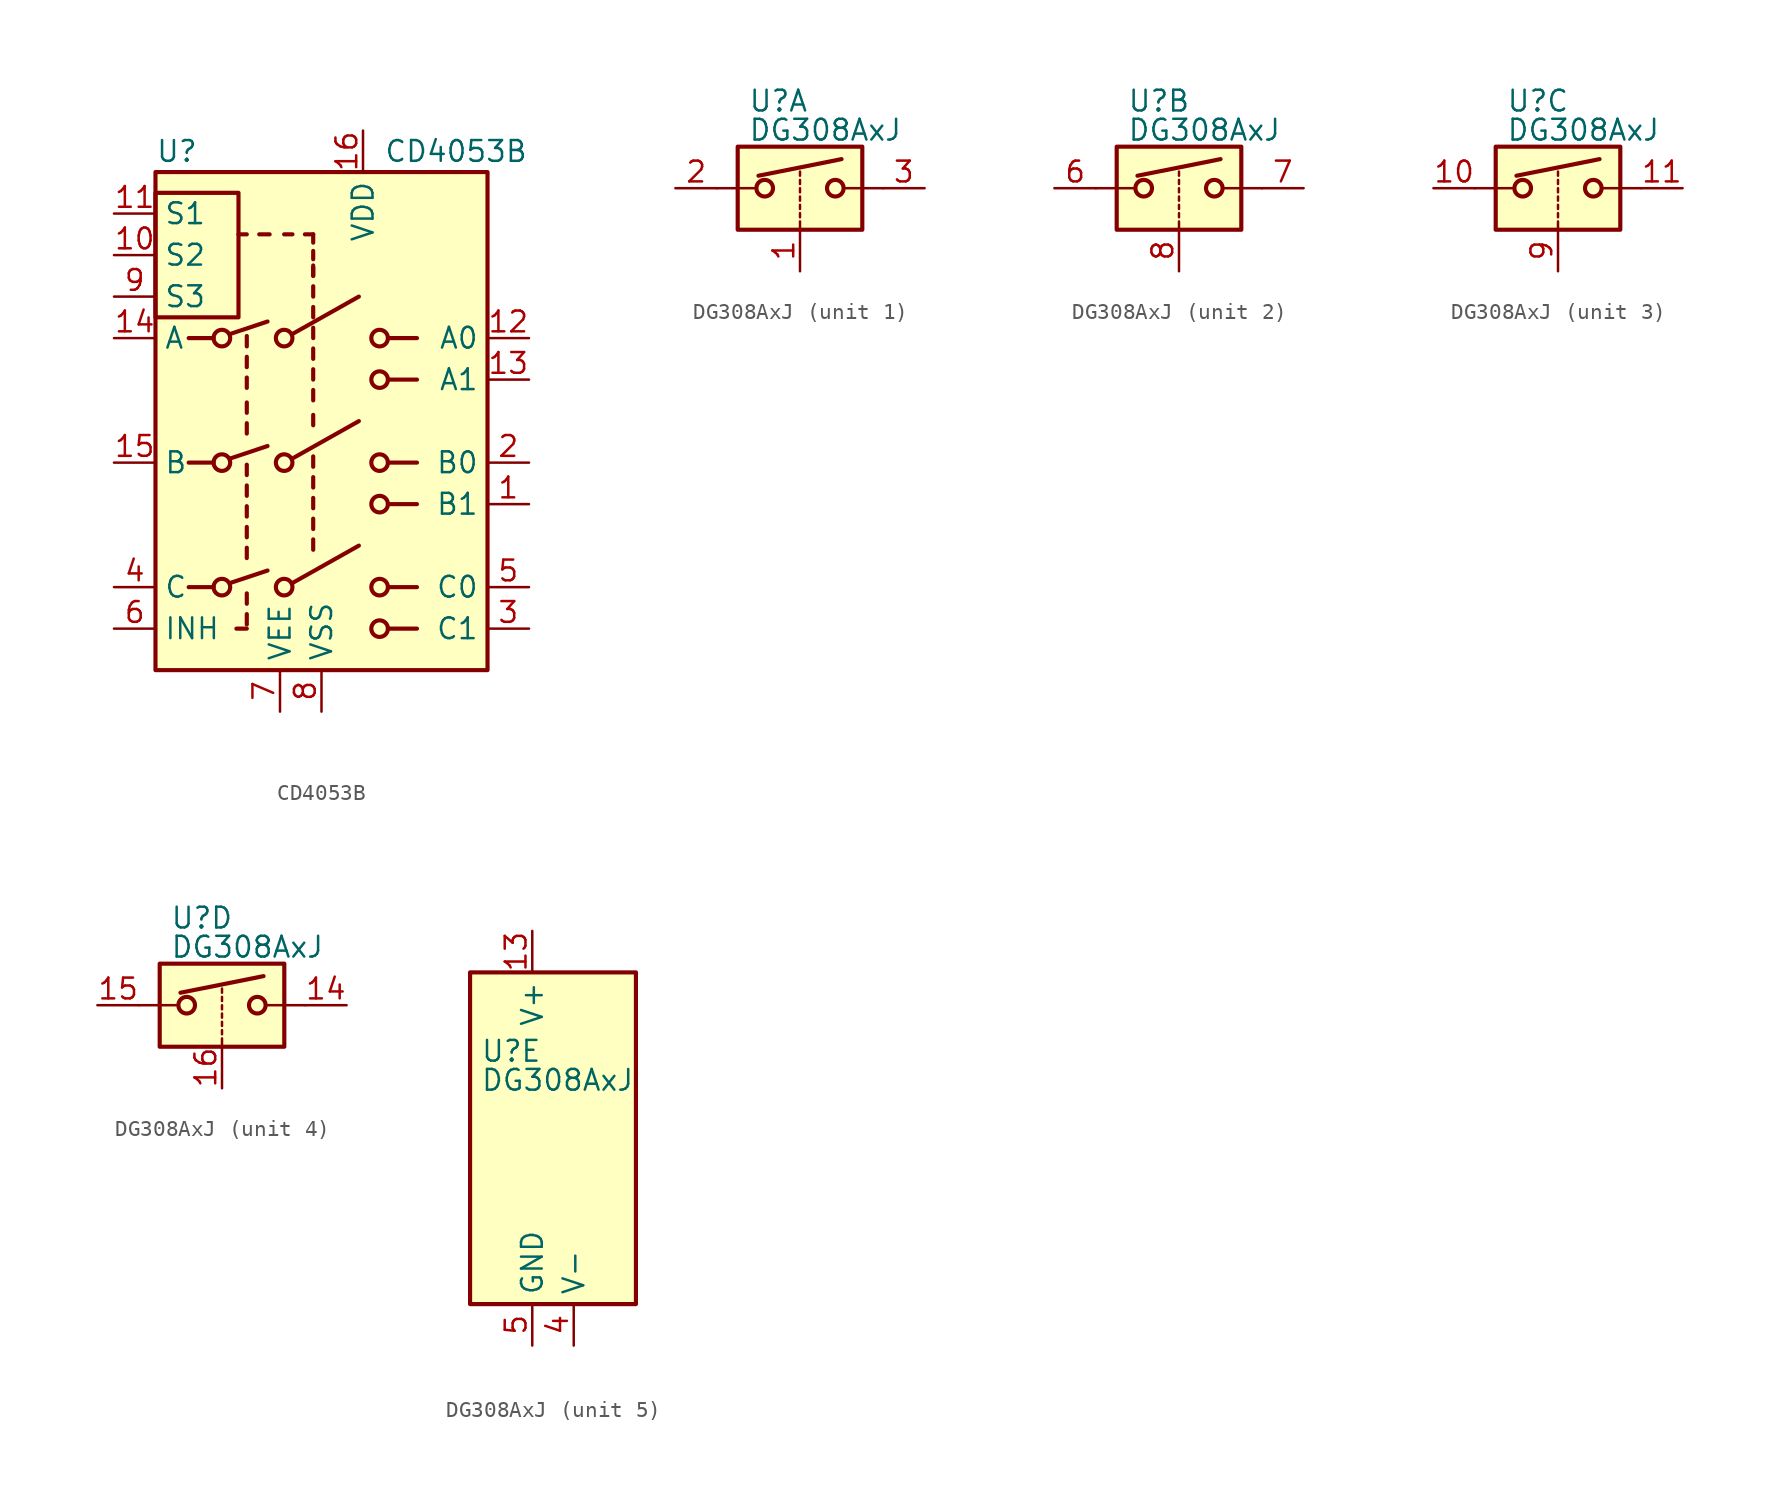
<source format=kicad_sym>
(kicad_symbol_lib
  (version 20211014)
  (generator kicad_symbol_editor)
  (symbol "CD4053B"
    (property "Reference" "U"
      (at -10.16 16.51 0)
      (effects (font (size 1.27 1.27)) (justify left)))
    (property "Value" "CD4053B"
      (at 3.81 16.51 0)
      (effects (font (size 1.27 1.27)) (justify left)))
    (symbol "CD4053B_0_1"
      (rectangle (start -10.16 6.35) (end -5.08 13.97) (stroke (width 0.254) (type default) (color 0 0 0 0)) (fill (type none)))
      (rectangle (start -10.16 15.24) (end 10.16 -15.24) (stroke (width 0.254) (type default) (color 0 0 0 0)) (fill (type background)))
      (circle (center -6.096 -10.16) (radius 0.508) (stroke (width 0.254) (type default) (color 0 0 0 0)) (fill (type none)))
      (circle (center -6.096 -2.54) (radius 0.508) (stroke (width 0.254) (type default) (color 0 0 0 0)) (fill (type none)))
      (circle (center -6.096 5.08) (radius 0.508) (stroke (width 0.254) (type default) (color 0 0 0 0)) (fill (type none)))
      (circle (center -2.286 -10.16) (radius 0.508) (stroke (width 0.254) (type default) (color 0 0 0 0)) (fill (type none)))
      (circle (center -2.286 -2.54) (radius 0.508) (stroke (width 0.254) (type default) (color 0 0 0 0)) (fill (type none)))
      (circle (center -2.286 5.08) (radius 0.508) (stroke (width 0.254) (type default) (color 0 0 0 0)) (fill (type none)))
      (polyline (pts (xy -8.128 -10.16) (xy -6.604 -10.16)) (stroke (width 0.254) (type default) (color 0 0 0 0)) (fill (type none)))
      (polyline (pts (xy -8.128 -2.54) (xy -6.604 -2.54)) (stroke (width 0.254) (type default) (color 0 0 0 0)) (fill (type none)))
      (polyline (pts (xy -8.128 5.08) (xy -6.604 5.08)) (stroke (width 0.254) (type default) (color 0 0 0 0)) (fill (type none)))
      (polyline (pts (xy -5.588 -9.906) (xy -3.302 -9.144)) (stroke (width 0.254) (type default) (color 0 0 0 0)) (fill (type none)))
      (polyline (pts (xy -5.588 -2.286) (xy -3.302 -1.524)) (stroke (width 0.254) (type default) (color 0 0 0 0)) (fill (type none)))
      (polyline (pts (xy -5.588 5.334) (xy -3.302 6.096)) (stroke (width 0.254) (type default) (color 0 0 0 0)) (fill (type none)))
      (polyline (pts (xy -4.572 -12.7) (xy -5.207 -12.7)) (stroke (width 0.254) (type default) (color 0 0 0 0)) (fill (type none)))
      (polyline (pts (xy -4.572 -12.446) (xy -4.572 -11.811)) (stroke (width 0.254) (type default) (color 0 0 0 0)) (fill (type none)))
      (polyline (pts (xy -4.572 -11.176) (xy -4.572 -10.541)) (stroke (width 0.254) (type default) (color 0 0 0 0)) (fill (type none)))
      (polyline (pts (xy -4.572 -8.382) (xy -4.572 -7.747)) (stroke (width 0.254) (type default) (color 0 0 0 0)) (fill (type none)))
      (polyline (pts (xy -4.572 -7.112) (xy -4.572 -6.477)) (stroke (width 0.254) (type default) (color 0 0 0 0)) (fill (type none)))
      (polyline (pts (xy -4.572 -5.842) (xy -4.572 -5.207)) (stroke (width 0.254) (type default) (color 0 0 0 0)) (fill (type none)))
      (polyline (pts (xy -4.572 -4.572) (xy -4.572 -3.937)) (stroke (width 0.254) (type default) (color 0 0 0 0)) (fill (type none)))
      (polyline (pts (xy -4.572 -3.302) (xy -4.572 -2.667)) (stroke (width 0.254) (type default) (color 0 0 0 0)) (fill (type none)))
      (polyline (pts (xy -4.572 -0.762) (xy -4.572 -0.127)) (stroke (width 0.254) (type default) (color 0 0 0 0)) (fill (type none)))
      (polyline (pts (xy -4.572 0.508) (xy -4.572 1.143)) (stroke (width 0.254) (type default) (color 0 0 0 0)) (fill (type none)))
      (polyline (pts (xy -4.572 2.032) (xy -4.572 2.667)) (stroke (width 0.254) (type default) (color 0 0 0 0)) (fill (type none)))
      (polyline (pts (xy -4.572 3.302) (xy -4.572 3.937)) (stroke (width 0.254) (type default) (color 0 0 0 0)) (fill (type none)))
      (polyline (pts (xy -4.572 4.572) (xy -4.572 5.207)) (stroke (width 0.254) (type default) (color 0 0 0 0)) (fill (type none)))
      (polyline (pts (xy -4.572 11.43) (xy -5.08 11.43)) (stroke (width 0.254) (type default) (color 0 0 0 0)) (fill (type none)))
      (polyline (pts (xy -3.81 11.43) (xy -3.175 11.43)) (stroke (width 0.254) (type default) (color 0 0 0 0)) (fill (type none)))
      (polyline (pts (xy -1.778 -9.906) (xy 2.286 -7.62)) (stroke (width 0.254) (type default) (color 0 0 0 0)) (fill (type none)))
      (polyline (pts (xy -1.778 -2.286) (xy 2.286 0)) (stroke (width 0.254) (type default) (color 0 0 0 0)) (fill (type none)))
      (polyline (pts (xy -1.778 5.334) (xy 2.286 7.62)) (stroke (width 0.254) (type default) (color 0 0 0 0)) (fill (type none)))
      (polyline (pts (xy -1.778 11.43) (xy -2.286 11.43)) (stroke (width 0.254) (type default) (color 0 0 0 0)) (fill (type none)))
      (polyline (pts (xy -0.508 -7.874) (xy -0.508 -7.239)) (stroke (width 0.254) (type default) (color 0 0 0 0)) (fill (type none)))
      (polyline (pts (xy -0.508 -6.604) (xy -0.508 -5.969)) (stroke (width 0.254) (type default) (color 0 0 0 0)) (fill (type none)))
      (polyline (pts (xy -0.508 -5.334) (xy -0.508 -4.699)) (stroke (width 0.254) (type default) (color 0 0 0 0)) (fill (type none)))
      (polyline (pts (xy -0.508 -4.064) (xy -0.508 -3.429)) (stroke (width 0.254) (type default) (color 0 0 0 0)) (fill (type none)))
      (polyline (pts (xy -0.508 -2.794) (xy -0.508 -2.159)) (stroke (width 0.254) (type default) (color 0 0 0 0)) (fill (type none)))
      (polyline (pts (xy -0.508 -0.254) (xy -0.508 0.381)) (stroke (width 0.254) (type default) (color 0 0 0 0)) (fill (type none)))
      (polyline (pts (xy -0.508 1.27) (xy -0.508 1.905)) (stroke (width 0.254) (type default) (color 0 0 0 0)) (fill (type none)))
      (polyline (pts (xy -0.508 2.54) (xy -0.508 3.175)) (stroke (width 0.254) (type default) (color 0 0 0 0)) (fill (type none)))
      (polyline (pts (xy -0.508 3.81) (xy -0.508 4.445)) (stroke (width 0.254) (type default) (color 0 0 0 0)) (fill (type none)))
      (polyline (pts (xy -0.508 5.08) (xy -0.508 5.715)) (stroke (width 0.254) (type default) (color 0 0 0 0)) (fill (type none)))
      (polyline (pts (xy -0.508 6.35) (xy -0.508 6.985)) (stroke (width 0.254) (type default) (color 0 0 0 0)) (fill (type none)))
      (polyline (pts (xy -0.508 7.62) (xy -0.508 8.255)) (stroke (width 0.254) (type default) (color 0 0 0 0)) (fill (type none)))
      (polyline (pts (xy -0.508 8.89) (xy -0.508 9.398)) (stroke (width 0.254) (type default) (color 0 0 0 0)) (fill (type none)))
      (polyline (pts (xy -0.508 8.89) (xy -0.508 9.525)) (stroke (width 0.254) (type default) (color 0 0 0 0)) (fill (type none)))
      (polyline (pts (xy -0.508 9.906) (xy -0.508 10.414)) (stroke (width 0.254) (type default) (color 0 0 0 0)) (fill (type none)))
      (polyline (pts (xy -0.508 10.922) (xy -0.508 11.43)) (stroke (width 0.254) (type default) (color 0 0 0 0)) (fill (type none)))
      (polyline (pts (xy -0.508 11.43) (xy -1.016 11.43)) (stroke (width 0.254) (type default) (color 0 0 0 0)) (fill (type none)))
      (polyline (pts (xy 4.064 -12.7) (xy 5.842 -12.7)) (stroke (width 0.254) (type default) (color 0 0 0 0)) (fill (type none)))
      (polyline (pts (xy 4.064 -10.16) (xy 5.842 -10.16)) (stroke (width 0.254) (type default) (color 0 0 0 0)) (fill (type none)))
      (polyline (pts (xy 4.064 -5.08) (xy 5.842 -5.08)) (stroke (width 0.254) (type default) (color 0 0 0 0)) (fill (type none)))
      (polyline (pts (xy 4.064 -2.54) (xy 5.842 -2.54)) (stroke (width 0.254) (type default) (color 0 0 0 0)) (fill (type none)))
      (polyline (pts (xy 4.064 2.54) (xy 5.842 2.54)) (stroke (width 0.254) (type default) (color 0 0 0 0)) (fill (type none)))
      (polyline (pts (xy 4.064 5.08) (xy 5.842 5.08)) (stroke (width 0.254) (type default) (color 0 0 0 0)) (fill (type none)))
      (circle (center 3.556 -12.7) (radius 0.508) (stroke (width 0.254) (type default) (color 0 0 0 0)) (fill (type none)))
      (circle (center 3.556 -10.16) (radius 0.508) (stroke (width 0.254) (type default) (color 0 0 0 0)) (fill (type none)))
      (circle (center 3.556 -5.08) (radius 0.508) (stroke (width 0.254) (type default) (color 0 0 0 0)) (fill (type none)))
      (circle (center 3.556 -2.54) (radius 0.508) (stroke (width 0.254) (type default) (color 0 0 0 0)) (fill (type none)))
      (circle (center 3.556 2.54) (radius 0.508) (stroke (width 0.254) (type default) (color 0 0 0 0)) (fill (type none)))
      (circle (center 3.556 5.08) (radius 0.508) (stroke (width 0.254) (type default) (color 0 0 0 0)) (fill (type none))))
    (symbol "CD4053B_1_1"
      (pin bidirectional line (at 12.7 -5.08 180) (length 2.54) (name "B1" (effects (font (size 1.27 1.27)))) (number "1" (effects (font (size 1.27 1.27)))))
      (pin input line (at -12.7 10.16 0) (length 2.54) (name "S2" (effects (font (size 1.27 1.27)))) (number "10" (effects (font (size 1.27 1.27)))))
      (pin input line (at -12.7 12.7 0) (length 2.54) (name "S1" (effects (font (size 1.27 1.27)))) (number "11" (effects (font (size 1.27 1.27)))))
      (pin bidirectional line (at 12.7 5.08 180) (length 2.54) (name "A0" (effects (font (size 1.27 1.27)))) (number "12" (effects (font (size 1.27 1.27)))))
      (pin bidirectional line (at 12.7 2.54 180) (length 2.54) (name "A1" (effects (font (size 1.27 1.27)))) (number "13" (effects (font (size 1.27 1.27)))))
      (pin bidirectional line (at -12.7 5.08 0) (length 2.54) (name "A" (effects (font (size 1.27 1.27)))) (number "14" (effects (font (size 1.27 1.27)))))
      (pin bidirectional line (at -12.7 -2.54 0) (length 2.54) (name "B" (effects (font (size 1.27 1.27)))) (number "15" (effects (font (size 1.27 1.27)))))
      (pin power_in line (at 2.54 17.78 270) (length 2.54) (name "VDD" (effects (font (size 1.27 1.27)))) (number "16" (effects (font (size 1.27 1.27)))))
      (pin bidirectional line (at 12.7 -2.54 180) (length 2.54) (name "B0" (effects (font (size 1.27 1.27)))) (number "2" (effects (font (size 1.27 1.27)))))
      (pin bidirectional line (at 12.7 -12.7 180) (length 2.54) (name "C1" (effects (font (size 1.27 1.27)))) (number "3" (effects (font (size 1.27 1.27)))))
      (pin bidirectional line (at -12.7 -10.16 0) (length 2.54) (name "C" (effects (font (size 1.27 1.27)))) (number "4" (effects (font (size 1.27 1.27)))))
      (pin bidirectional line (at 12.7 -10.16 180) (length 2.54) (name "C0" (effects (font (size 1.27 1.27)))) (number "5" (effects (font (size 1.27 1.27)))))
      (pin input line (at -12.7 -12.7 0) (length 2.54) (name "INH" (effects (font (size 1.27 1.27)))) (number "6" (effects (font (size 1.27 1.27)))))
      (pin power_in line (at -2.54 -17.78 90) (length 2.54) (name "VEE" (effects (font (size 1.27 1.27)))) (number "7" (effects (font (size 1.27 1.27)))))
      (pin power_in line (at 0 -17.78 90) (length 2.54) (name "VSS" (effects (font (size 1.27 1.27)))) (number "8" (effects (font (size 1.27 1.27)))))
      (pin input line (at -12.7 7.62 0) (length 2.54) (name "S3" (effects (font (size 1.27 1.27)))) (number "9" (effects (font (size 1.27 1.27)))))))
  (symbol "DG308AxJ"
    (property "Reference" "U"
      (at -3.175 5.334 0)
      (effects (font (size 1.27 1.27)) (justify left)))
    (property "Value" "DG308AxJ"
      (at -3.175 3.556 0)
      (effects (font (size 1.27 1.27)) (justify left)))
    (symbol "DG308AxJ_1_1"
      (rectangle (start -3.81 2.54) (end 3.81 -2.54) (stroke (width 0.254) (type default) (color 0 0 0 0)) (fill (type background)))
      (circle (center -2.159 0) (radius 0.508) (stroke (width 0.254) (type default) (color 0 0 0 0)) (fill (type none)))
      (polyline (pts (xy -5.08 0) (xy -2.794 0)) (stroke (width 0) (type default) (color 0 0 0 0)) (fill (type none)))
      (polyline (pts (xy -2.54 0.762) (xy 2.54 1.778)) (stroke (width 0.254) (type default) (color 0 0 0 0)) (fill (type none)))
      (polyline (pts (xy 0 -2.54) (xy 0 -2.032)) (stroke (width 0) (type default) (color 0 0 0 0)) (fill (type none)))
      (polyline (pts (xy 0 -1.778) (xy 0 -1.524)) (stroke (width 0) (type default) (color 0 0 0 0)) (fill (type none)))
      (polyline (pts (xy 0 -1.27) (xy 0 -1.016)) (stroke (width 0) (type default) (color 0 0 0 0)) (fill (type none)))
      (polyline (pts (xy 0 -0.762) (xy 0 -0.508)) (stroke (width 0) (type default) (color 0 0 0 0)) (fill (type none)))
      (polyline (pts (xy 0 -0.254) (xy 0 0)) (stroke (width 0) (type default) (color 0 0 0 0)) (fill (type none)))
      (polyline (pts (xy 0 0.254) (xy 0 0.508)) (stroke (width 0) (type default) (color 0 0 0 0)) (fill (type none)))
      (polyline (pts (xy 0 0.762) (xy 0 1.016)) (stroke (width 0) (type default) (color 0 0 0 0)) (fill (type none)))
      (polyline (pts (xy 5.08 0) (xy 2.794 0)) (stroke (width 0) (type default) (color 0 0 0 0)) (fill (type none)))
      (circle (center 2.159 0) (radius 0.508) (stroke (width 0.254) (type default) (color 0 0 0 0)) (fill (type none)))
      (pin input line (at 0 -5.08 90) (length 2.54) (name "~" (effects (font (size 1.27 1.27)))) (number "1" (effects (font (size 1.27 1.27)))))
      (pin passive line (at -7.62 0 0) (length 2.54) (name "~" (effects (font (size 1.27 1.27)))) (number "2" (effects (font (size 1.27 1.27)))))
      (pin passive line (at 7.62 0 180) (length 2.54) (name "~" (effects (font (size 1.27 1.27)))) (number "3" (effects (font (size 1.27 1.27))))))
    (symbol "DG308AxJ_2_1"
      (rectangle (start -3.81 2.54) (end 3.81 -2.54) (stroke (width 0.254) (type default) (color 0 0 0 0)) (fill (type background)))
      (circle (center -2.159 0) (radius 0.508) (stroke (width 0.254) (type default) (color 0 0 0 0)) (fill (type none)))
      (polyline (pts (xy -5.08 0) (xy -2.794 0)) (stroke (width 0) (type default) (color 0 0 0 0)) (fill (type none)))
      (polyline (pts (xy -2.54 0.762) (xy 2.54 1.778)) (stroke (width 0.254) (type default) (color 0 0 0 0)) (fill (type none)))
      (polyline (pts (xy 0 -2.54) (xy 0 -2.032)) (stroke (width 0) (type default) (color 0 0 0 0)) (fill (type none)))
      (polyline (pts (xy 0 -1.778) (xy 0 -1.524)) (stroke (width 0) (type default) (color 0 0 0 0)) (fill (type none)))
      (polyline (pts (xy 0 -1.27) (xy 0 -1.016)) (stroke (width 0) (type default) (color 0 0 0 0)) (fill (type none)))
      (polyline (pts (xy 0 -0.762) (xy 0 -0.508)) (stroke (width 0) (type default) (color 0 0 0 0)) (fill (type none)))
      (polyline (pts (xy 0 -0.254) (xy 0 0)) (stroke (width 0) (type default) (color 0 0 0 0)) (fill (type none)))
      (polyline (pts (xy 0 0.254) (xy 0 0.508)) (stroke (width 0) (type default) (color 0 0 0 0)) (fill (type none)))
      (polyline (pts (xy 0 0.762) (xy 0 1.016)) (stroke (width 0) (type default) (color 0 0 0 0)) (fill (type none)))
      (polyline (pts (xy 5.08 0) (xy 2.794 0)) (stroke (width 0) (type default) (color 0 0 0 0)) (fill (type none)))
      (circle (center 2.159 0) (radius 0.508) (stroke (width 0.254) (type default) (color 0 0 0 0)) (fill (type none)))
      (pin passive line (at -7.62 0 0) (length 2.54) (name "~" (effects (font (size 1.27 1.27)))) (number "6" (effects (font (size 1.27 1.27)))))
      (pin passive line (at 7.62 0 180) (length 2.54) (name "~" (effects (font (size 1.27 1.27)))) (number "7" (effects (font (size 1.27 1.27)))))
      (pin input line (at 0 -5.08 90) (length 2.54) (name "~" (effects (font (size 1.27 1.27)))) (number "8" (effects (font (size 1.27 1.27))))))
    (symbol "DG308AxJ_3_1"
      (rectangle (start -3.81 2.54) (end 3.81 -2.54) (stroke (width 0.254) (type default) (color 0 0 0 0)) (fill (type background)))
      (circle (center -2.159 0) (radius 0.508) (stroke (width 0.254) (type default) (color 0 0 0 0)) (fill (type none)))
      (polyline (pts (xy -5.08 0) (xy -2.794 0)) (stroke (width 0) (type default) (color 0 0 0 0)) (fill (type none)))
      (polyline (pts (xy -2.54 0.762) (xy 2.54 1.778)) (stroke (width 0.254) (type default) (color 0 0 0 0)) (fill (type none)))
      (polyline (pts (xy 0 -2.54) (xy 0 -2.032)) (stroke (width 0) (type default) (color 0 0 0 0)) (fill (type none)))
      (polyline (pts (xy 0 -1.778) (xy 0 -1.524)) (stroke (width 0) (type default) (color 0 0 0 0)) (fill (type none)))
      (polyline (pts (xy 0 -1.27) (xy 0 -1.016)) (stroke (width 0) (type default) (color 0 0 0 0)) (fill (type none)))
      (polyline (pts (xy 0 -0.762) (xy 0 -0.508)) (stroke (width 0) (type default) (color 0 0 0 0)) (fill (type none)))
      (polyline (pts (xy 0 -0.254) (xy 0 0)) (stroke (width 0) (type default) (color 0 0 0 0)) (fill (type none)))
      (polyline (pts (xy 0 0.254) (xy 0 0.508)) (stroke (width 0) (type default) (color 0 0 0 0)) (fill (type none)))
      (polyline (pts (xy 0 0.762) (xy 0 1.016)) (stroke (width 0) (type default) (color 0 0 0 0)) (fill (type none)))
      (polyline (pts (xy 5.08 0) (xy 2.794 0)) (stroke (width 0) (type default) (color 0 0 0 0)) (fill (type none)))
      (circle (center 2.159 0) (radius 0.508) (stroke (width 0.254) (type default) (color 0 0 0 0)) (fill (type none)))
      (pin passive line (at -7.62 0 0) (length 2.54) (name "~" (effects (font (size 1.27 1.27)))) (number "10" (effects (font (size 1.27 1.27)))))
      (pin passive line (at 7.62 0 180) (length 2.54) (name "~" (effects (font (size 1.27 1.27)))) (number "11" (effects (font (size 1.27 1.27)))))
      (pin input line (at 0 -5.08 90) (length 2.54) (name "~" (effects (font (size 1.27 1.27)))) (number "9" (effects (font (size 1.27 1.27))))))
    (symbol "DG308AxJ_4_1"
      (rectangle (start -3.81 2.54) (end 3.81 -2.54) (stroke (width 0.254) (type default) (color 0 0 0 0)) (fill (type background)))
      (circle (center -2.159 0) (radius 0.508) (stroke (width 0.254) (type default) (color 0 0 0 0)) (fill (type none)))
      (polyline (pts (xy -5.08 0) (xy -2.794 0)) (stroke (width 0) (type default) (color 0 0 0 0)) (fill (type none)))
      (polyline (pts (xy -2.54 0.762) (xy 2.54 1.778)) (stroke (width 0.254) (type default) (color 0 0 0 0)) (fill (type none)))
      (polyline (pts (xy 0 -2.54) (xy 0 -2.032)) (stroke (width 0) (type default) (color 0 0 0 0)) (fill (type none)))
      (polyline (pts (xy 0 -1.778) (xy 0 -1.524)) (stroke (width 0) (type default) (color 0 0 0 0)) (fill (type none)))
      (polyline (pts (xy 0 -1.27) (xy 0 -1.016)) (stroke (width 0) (type default) (color 0 0 0 0)) (fill (type none)))
      (polyline (pts (xy 0 -0.762) (xy 0 -0.508)) (stroke (width 0) (type default) (color 0 0 0 0)) (fill (type none)))
      (polyline (pts (xy 0 -0.254) (xy 0 0)) (stroke (width 0) (type default) (color 0 0 0 0)) (fill (type none)))
      (polyline (pts (xy 0 0.254) (xy 0 0.508)) (stroke (width 0) (type default) (color 0 0 0 0)) (fill (type none)))
      (polyline (pts (xy 0 0.762) (xy 0 1.016)) (stroke (width 0) (type default) (color 0 0 0 0)) (fill (type none)))
      (polyline (pts (xy 5.08 0) (xy 2.794 0)) (stroke (width 0) (type default) (color 0 0 0 0)) (fill (type none)))
      (circle (center 2.159 0) (radius 0.508) (stroke (width 0.254) (type default) (color 0 0 0 0)) (fill (type none)))
      (pin passive line (at 7.62 0 180) (length 2.54) (name "~" (effects (font (size 1.27 1.27)))) (number "14" (effects (font (size 1.27 1.27)))))
      (pin passive line (at -7.62 0 0) (length 2.54) (name "~" (effects (font (size 1.27 1.27)))) (number "15" (effects (font (size 1.27 1.27)))))
      (pin input line (at 0 -5.08 90) (length 2.54) (name "~" (effects (font (size 1.27 1.27)))) (number "16" (effects (font (size 1.27 1.27))))))
    (symbol "DG308AxJ_5_0"
      (pin no_connect line (at 2.54 10.16 270) (length 2.54) hide (name "NC" (effects (font (size 1.27 1.27)))) (number "12" (effects (font (size 1.27 1.27)))))
      (pin power_in line (at 0 12.7 270) (length 2.54) (name "V+" (effects (font (size 1.27 1.27)))) (number "13" (effects (font (size 1.27 1.27)))))
      (pin power_in line (at 2.54 -12.7 90) (length 2.54) (name "V-" (effects (font (size 1.27 1.27)))) (number "4" (effects (font (size 1.27 1.27)))))
      (pin power_in line (at 0 -12.7 90) (length 2.54) (name "GND" (effects (font (size 1.27 1.27)))) (number "5" (effects (font (size 1.27 1.27))))))
    (symbol "DG308AxJ_5_1"
      (rectangle (start -3.81 10.16) (end 6.35 -10.16) (stroke (width 0.254) (type default) (color 0 0 0 0)) (fill (type background))))))
</source>
